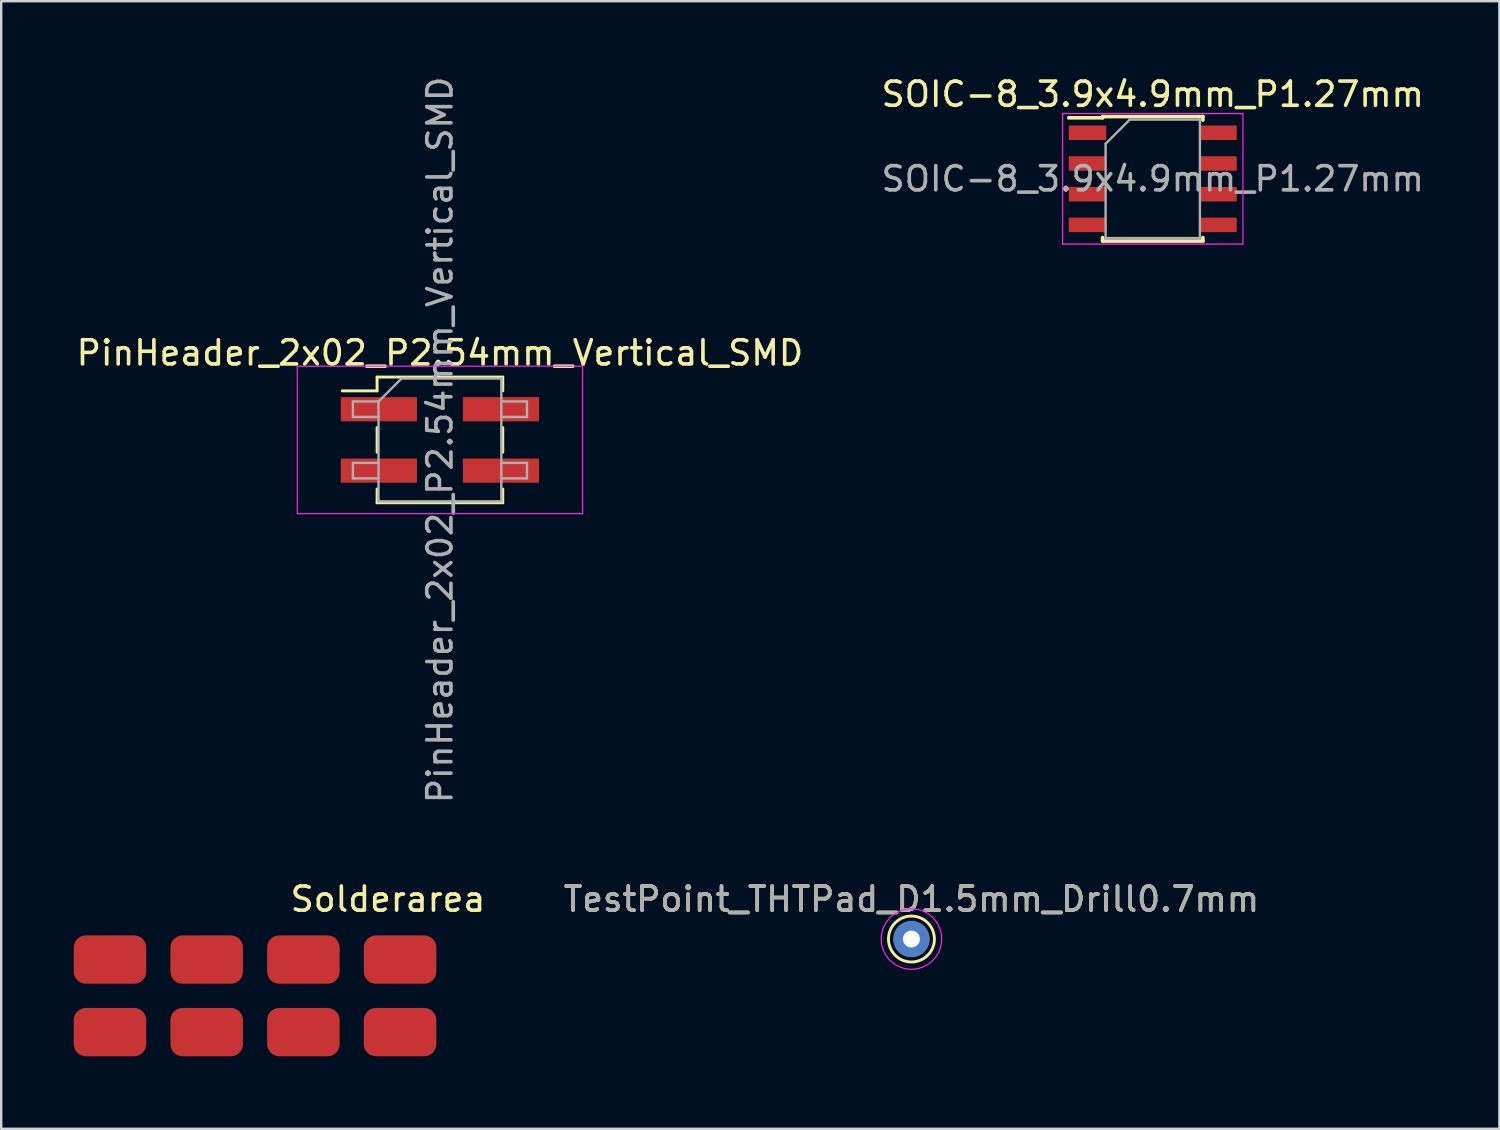
<source format=kicad_pcb>
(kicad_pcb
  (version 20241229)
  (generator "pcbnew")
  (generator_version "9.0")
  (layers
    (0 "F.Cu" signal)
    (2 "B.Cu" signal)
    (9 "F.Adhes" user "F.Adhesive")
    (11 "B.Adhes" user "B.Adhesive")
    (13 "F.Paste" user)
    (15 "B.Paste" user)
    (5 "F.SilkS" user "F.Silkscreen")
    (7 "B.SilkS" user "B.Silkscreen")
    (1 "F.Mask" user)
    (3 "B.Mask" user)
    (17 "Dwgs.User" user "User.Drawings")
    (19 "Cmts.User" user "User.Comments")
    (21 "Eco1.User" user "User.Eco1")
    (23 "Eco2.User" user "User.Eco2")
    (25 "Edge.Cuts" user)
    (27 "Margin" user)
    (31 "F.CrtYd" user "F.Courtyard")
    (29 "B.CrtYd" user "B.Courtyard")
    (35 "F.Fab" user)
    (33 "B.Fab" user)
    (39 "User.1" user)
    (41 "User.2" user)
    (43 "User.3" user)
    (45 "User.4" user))
  (footprint "PinHeader_2x02_P2.54mm_Vertical_SMD"
    (layer "F.Cu")
    (at 15.149 15.149)
    (property "Reference" "PinHeader_2x02_P2.54mm_Vertical_SMD" (at 0 -3.6 0) (layer "F.SilkS") (effects (font (size 1 1) (thickness 0.15))))
    (attr smd)
    (fp_line (start -4.04 -2.03) (end -2.6 -2.03) (stroke (width 0.12) (type solid)) (layer "F.SilkS"))
    (fp_line (start -2.6 -2.6) (end -2.6 -2.03) (stroke (width 0.12) (type solid)) (layer "F.SilkS"))
    (fp_line (start -2.6 -2.6) (end 2.6 -2.6) (stroke (width 0.12) (type solid)) (layer "F.SilkS"))
    (fp_line (start -2.6 -0.51) (end -2.6 0.51) (stroke (width 0.12) (type solid)) (layer "F.SilkS"))
    (fp_line (start -2.6 2.03) (end -2.6 2.6) (stroke (width 0.12) (type solid)) (layer "F.SilkS"))
    (fp_line (start -2.6 2.6) (end 2.6 2.6) (stroke (width 0.12) (type solid)) (layer "F.SilkS"))
    (fp_line (start 2.6 -2.6) (end 2.6 -2.03) (stroke (width 0.12) (type solid)) (layer "F.SilkS"))
    (fp_line (start 2.6 -0.51) (end 2.6 0.51) (stroke (width 0.12) (type solid)) (layer "F.SilkS"))
    (fp_line (start 2.6 2.03) (end 2.6 2.6) (stroke (width 0.12) (type solid)) (layer "F.SilkS"))
    (fp_line (start -5.9 -3.05) (end -5.9 3.05) (stroke (width 0.05) (type solid)) (layer "F.CrtYd"))
    (fp_line (start -5.9 3.05) (end 5.9 3.05) (stroke (width 0.05) (type solid)) (layer "F.CrtYd"))
    (fp_line (start 5.9 -3.05) (end -5.9 -3.05) (stroke (width 0.05) (type solid)) (layer "F.CrtYd"))
    (fp_line (start 5.9 3.05) (end 5.9 -3.05) (stroke (width 0.05) (type solid)) (layer "F.CrtYd"))
    (fp_line (start -3.6 -1.59) (end -3.6 -0.95) (stroke (width 0.1) (type solid)) (layer "F.Fab"))
    (fp_line (start -3.6 -0.95) (end -2.54 -0.95) (stroke (width 0.1) (type solid)) (layer "F.Fab"))
    (fp_line (start -3.6 0.95) (end -3.6 1.59) (stroke (width 0.1) (type solid)) (layer "F.Fab"))
    (fp_line (start -3.6 1.59) (end -2.54 1.59) (stroke (width 0.1) (type solid)) (layer "F.Fab"))
    (fp_line (start -2.54 -1.59) (end -3.6 -1.59) (stroke (width 0.1) (type solid)) (layer "F.Fab"))
    (fp_line (start -2.54 -1.59) (end -1.59 -2.54) (stroke (width 0.1) (type solid)) (layer "F.Fab"))
    (fp_line (start -2.54 0.95) (end -3.6 0.95) (stroke (width 0.1) (type solid)) (layer "F.Fab"))
    (fp_line (start -2.54 2.54) (end -2.54 -1.59) (stroke (width 0.1) (type solid)) (layer "F.Fab"))
    (fp_line (start -1.59 -2.54) (end 2.54 -2.54) (stroke (width 0.1) (type solid)) (layer "F.Fab"))
    (fp_line (start 2.54 -2.54) (end 2.54 2.54) (stroke (width 0.1) (type solid)) (layer "F.Fab"))
    (fp_line (start 2.54 -1.59) (end 3.6 -1.59) (stroke (width 0.1) (type solid)) (layer "F.Fab"))
    (fp_line (start 2.54 0.95) (end 3.6 0.95) (stroke (width 0.1) (type solid)) (layer "F.Fab"))
    (fp_line (start 2.54 2.54) (end -2.54 2.54) (stroke (width 0.1) (type solid)) (layer "F.Fab"))
    (fp_line (start 3.6 -1.59) (end 3.6 -0.95) (stroke (width 0.1) (type solid)) (layer "F.Fab"))
    (fp_line (start 3.6 -0.95) (end 2.54 -0.95) (stroke (width 0.1) (type solid)) (layer "F.Fab"))
    (fp_line (start 3.6 0.95) (end 3.6 1.59) (stroke (width 0.1) (type solid)) (layer "F.Fab"))
    (fp_line (start 3.6 1.59) (end 2.54 1.59) (stroke (width 0.1) (type solid)) (layer "F.Fab"))
    (fp_text user "${REFERENCE}" (at 0 0 90) (layer "F.Fab") (effects (font (size 1 1) (thickness 0.15))))
    (pad "1" smd rect (at -2.525 -1.27) (size 3.15 1) (layers "F.Cu" "F.Mask" "F.Paste"))
    (pad "2" smd rect (at 2.525 -1.27) (size 3.15 1) (layers "F.Cu" "F.Mask" "F.Paste"))
    (pad "3" smd rect (at -2.525 1.27) (size 3.15 1) (layers "F.Cu" "F.Mask" "F.Paste"))
    (pad "4" smd rect (at 2.525 1.27) (size 3.15 1) (layers "F.Cu" "F.Mask" "F.Paste")))
  (footprint "Solderarea"
    (layer "F.Cu")
    (at 7.5 38.146)
    (property "Reference" "Solderarea" (at 5.5 -4 0) (layer "F.SilkS") (effects (font (size 1 1) (thickness 0.15))))
    (attr through_hole)
    (pad "1" smd roundrect (at -6 -1.5) (size 3 2) (layers "F.Cu" "F.Mask") (roundrect_rratio 0.25))
    (pad "2" smd roundrect (at -2 -1.5) (size 3 2) (layers "F.Cu" "F.Mask") (roundrect_rratio 0.25))
    (pad "3" smd roundrect (at 2 -1.5) (size 3 2) (layers "F.Cu" "F.Mask") (roundrect_rratio 0.25))
    (pad "4" smd roundrect (at 6 -1.5) (size 3 2) (layers "F.Cu" "F.Mask") (roundrect_rratio 0.25))
    (pad "5" smd roundrect (at 6 1.5) (size 3 2) (layers "F.Cu" "F.Mask") (roundrect_rratio 0.25))
    (pad "6" smd roundrect (at 2 1.5) (size 3 2) (layers "F.Cu" "F.Mask") (roundrect_rratio 0.25))
    (pad "7" smd roundrect (at -2 1.5) (size 3 2) (layers "F.Cu" "F.Mask") (roundrect_rratio 0.25))
    (pad "8" smd roundrect (at -6 1.5) (size 3 2) (layers "F.Cu" "F.Mask") (roundrect_rratio 0.25)))
  (footprint "TestPoint_THTPad_D1.5mm_Drill0.7mm"
    (layer "F.Cu")
    (at 34.655 35.796)
    (property "Reference" "TestPoint_THTPad_D1.5mm_Drill0.7mm" (at 0 -1.648 0) (layer "F.SilkS") (effects (font (size 1 1) (thickness 0.15))))
    (attr exclude_from_pos_files exclude_from_bom)
    (fp_circle (center 0 0) (end 0 0.95) (stroke (width 0.12) (type solid)) (fill no) (layer "F.SilkS"))
    (fp_circle (center 0 0) (end 1.25 0) (stroke (width 0.05) (type solid)) (fill no) (layer "F.CrtYd"))
    (fp_text user "${REFERENCE}" (at 0 -1.65 0) (layer "F.Fab") (effects (font (size 1 1) (thickness 0.15))))
    (pad "" np_thru_hole circle (at 0 0) (size 1.5 1.5) (drill 0.7) (layers "*.Cu" "*.Mask")))
  (footprint "SOIC-8_3.9x4.9mm_P1.27mm"
    (layer "F.Cu")
    (at 44.637 4.348)
    (property "Reference" "SOIC-8_3.9x4.9mm_P1.27mm" (at 0 -3.5 0) (layer "F.SilkS") (effects (font (size 1 1) (thickness 0.15))))
    (attr smd)
    (fp_line (start -2.075 -2.575) (end -2.075 -2.525) (stroke (width 0.15) (type solid)) (layer "F.SilkS"))
    (fp_line (start -2.075 -2.575) (end 2.075 -2.575) (stroke (width 0.15) (type solid)) (layer "F.SilkS"))
    (fp_line (start -2.075 -2.525) (end -3.475 -2.525) (stroke (width 0.15) (type solid)) (layer "F.SilkS"))
    (fp_line (start -2.075 2.575) (end -2.075 2.43) (stroke (width 0.15) (type solid)) (layer "F.SilkS"))
    (fp_line (start -2.075 2.575) (end 2.075 2.575) (stroke (width 0.15) (type solid)) (layer "F.SilkS"))
    (fp_line (start 2.075 -2.575) (end 2.075 -2.43) (stroke (width 0.15) (type solid)) (layer "F.SilkS"))
    (fp_line (start 2.075 2.575) (end 2.075 2.43) (stroke (width 0.15) (type solid)) (layer "F.SilkS"))
    (fp_line (start -3.73 -2.7) (end -3.73 2.7) (stroke (width 0.05) (type solid)) (layer "F.CrtYd"))
    (fp_line (start -3.73 -2.7) (end 3.73 -2.7) (stroke (width 0.05) (type solid)) (layer "F.CrtYd"))
    (fp_line (start -3.73 2.7) (end 3.73 2.7) (stroke (width 0.05) (type solid)) (layer "F.CrtYd"))
    (fp_line (start 3.73 -2.7) (end 3.73 2.7) (stroke (width 0.05) (type solid)) (layer "F.CrtYd"))
    (fp_line (start -1.95 -1.45) (end -0.95 -2.45) (stroke (width 0.1) (type solid)) (layer "F.Fab"))
    (fp_line (start -1.95 2.45) (end -1.95 -1.45) (stroke (width 0.1) (type solid)) (layer "F.Fab"))
    (fp_line (start -0.95 -2.45) (end 1.95 -2.45) (stroke (width 0.1) (type solid)) (layer "F.Fab"))
    (fp_line (start 1.95 -2.45) (end 1.95 2.45) (stroke (width 0.1) (type solid)) (layer "F.Fab"))
    (fp_line (start 1.95 2.45) (end -1.95 2.45) (stroke (width 0.1) (type solid)) (layer "F.Fab"))
    (fp_text user "${REFERENCE}" (at 0 0 0) (layer "F.Fab") (effects (font (size 1 1) (thickness 0.15))))
    (pad "1" smd rect (at -2.7 -1.905) (size 1.55 0.6) (layers "F.Cu" "F.Mask" "F.Paste"))
    (pad "2" smd rect (at -2.7 -0.635) (size 1.55 0.6) (layers "F.Cu" "F.Mask" "F.Paste"))
    (pad "3" smd rect (at -2.7 0.635) (size 1.55 0.6) (layers "F.Cu" "F.Mask" "F.Paste"))
    (pad "4" smd rect (at -2.7 1.905) (size 1.55 0.6) (layers "F.Cu" "F.Mask" "F.Paste"))
    (pad "5" smd rect (at 2.7 1.905) (size 1.55 0.6) (layers "F.Cu" "F.Mask" "F.Paste"))
    (pad "6" smd rect (at 2.7 0.635) (size 1.55 0.6) (layers "F.Cu" "F.Mask" "F.Paste"))
    (pad "7" smd rect (at 2.7 -0.635) (size 1.55 0.6) (layers "F.Cu" "F.Mask" "F.Paste"))
    (pad "8" smd rect (at 2.7 -1.905) (size 1.55 0.6) (layers "F.Cu" "F.Mask" "F.Paste")))
  (gr_rect
    (start -3 -3)
    (end 58.976 43.646)
    (stroke (width 0.1) (type default))
    (fill no)
    (layer "Edge.Cuts")))
</source>
